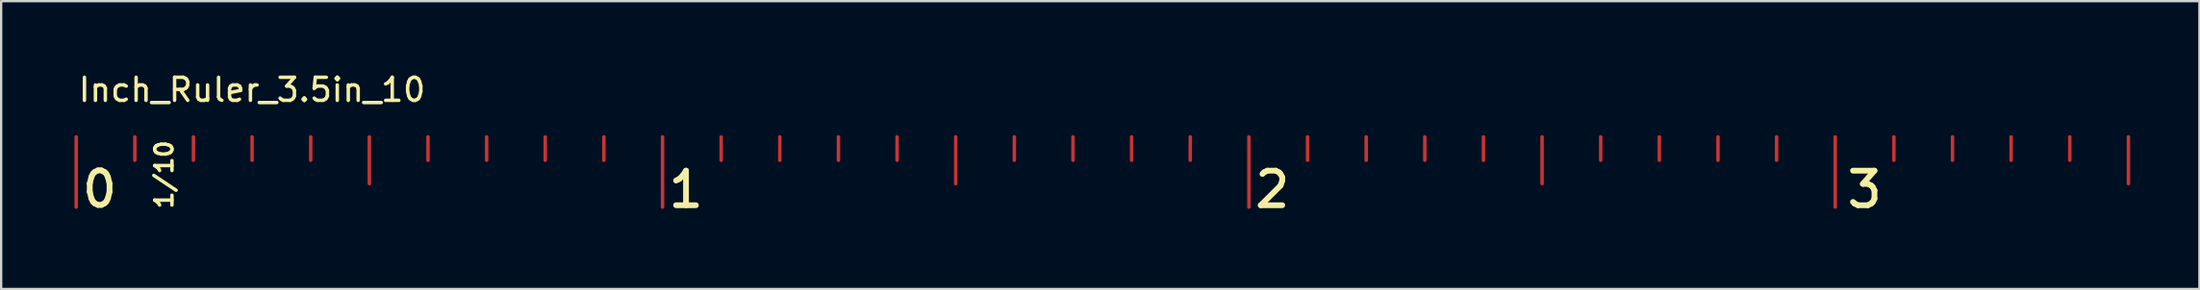
<source format=kicad_pcb>
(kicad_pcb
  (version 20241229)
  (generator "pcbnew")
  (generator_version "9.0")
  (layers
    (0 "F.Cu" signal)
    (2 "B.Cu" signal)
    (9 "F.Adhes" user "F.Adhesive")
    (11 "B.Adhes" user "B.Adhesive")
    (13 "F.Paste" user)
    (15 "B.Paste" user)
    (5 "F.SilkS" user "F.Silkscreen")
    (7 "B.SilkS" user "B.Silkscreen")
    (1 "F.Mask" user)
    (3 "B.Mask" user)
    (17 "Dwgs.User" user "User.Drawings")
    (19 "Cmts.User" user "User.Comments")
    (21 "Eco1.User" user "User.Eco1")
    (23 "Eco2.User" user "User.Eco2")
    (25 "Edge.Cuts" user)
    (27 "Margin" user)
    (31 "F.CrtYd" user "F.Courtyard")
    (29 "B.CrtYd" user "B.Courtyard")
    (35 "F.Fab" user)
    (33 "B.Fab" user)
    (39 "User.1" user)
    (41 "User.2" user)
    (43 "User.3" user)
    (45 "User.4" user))
  (footprint "Inch_Ruler_3.5in_10"
    (layer "F.Cu")
    (at 0.25 2.876)
    (property "Reference" "Inch_Ruler_3.5in_10" (at 7.62 -2.027 0) (layer "F.SilkS") (effects (font (size 1 1) (thickness 0.15))))
    (attr through_hole)
    (fp_line (start 0 0.013) (end 0 3.061) (stroke (width 0.15) (type solid)) (layer "F.Cu"))
    (fp_line (start 2.54 0.013) (end 2.54 1.029) (stroke (width 0.15) (type solid)) (layer "F.Cu"))
    (fp_line (start 5.08 0.013) (end 5.08 1.029) (stroke (width 0.15) (type solid)) (layer "F.Cu"))
    (fp_line (start 7.62 0.013) (end 7.62 1.029) (stroke (width 0.15) (type solid)) (layer "F.Cu"))
    (fp_line (start 10.16 0.013) (end 10.16 1.029) (stroke (width 0.15) (type solid)) (layer "F.Cu"))
    (fp_line (start 12.7 0.013) (end 12.7 2.045) (stroke (width 0.15) (type solid)) (layer "F.Cu"))
    (fp_line (start 15.24 0.013) (end 15.24 1.029) (stroke (width 0.15) (type solid)) (layer "F.Cu"))
    (fp_line (start 17.78 0.013) (end 17.78 1.029) (stroke (width 0.15) (type solid)) (layer "F.Cu"))
    (fp_line (start 20.32 0.013) (end 20.32 1.029) (stroke (width 0.15) (type solid)) (layer "F.Cu"))
    (fp_line (start 22.86 0.013) (end 22.86 1.029) (stroke (width 0.15) (type solid)) (layer "F.Cu"))
    (fp_line (start 25.4 0.013) (end 25.4 3.061) (stroke (width 0.15) (type solid)) (layer "F.Cu"))
    (fp_line (start 27.94 0.013) (end 27.94 1.029) (stroke (width 0.15) (type solid)) (layer "F.Cu"))
    (fp_line (start 30.48 0.013) (end 30.48 1.029) (stroke (width 0.15) (type solid)) (layer "F.Cu"))
    (fp_line (start 33.02 0.013) (end 33.02 1.029) (stroke (width 0.15) (type solid)) (layer "F.Cu"))
    (fp_line (start 35.56 0.013) (end 35.56 1.029) (stroke (width 0.15) (type solid)) (layer "F.Cu"))
    (fp_line (start 38.1 0.013) (end 38.1 2.045) (stroke (width 0.15) (type solid)) (layer "F.Cu"))
    (fp_line (start 40.64 0.013) (end 40.64 1.029) (stroke (width 0.15) (type solid)) (layer "F.Cu"))
    (fp_line (start 43.18 0.013) (end 43.18 1.029) (stroke (width 0.15) (type solid)) (layer "F.Cu"))
    (fp_line (start 45.72 0.013) (end 45.72 1.029) (stroke (width 0.15) (type solid)) (layer "F.Cu"))
    (fp_line (start 48.26 0.013) (end 48.26 1.029) (stroke (width 0.15) (type solid)) (layer "F.Cu"))
    (fp_line (start 50.8 0.013) (end 50.8 3.061) (stroke (width 0.15) (type solid)) (layer "F.Cu"))
    (fp_line (start 53.34 0.013) (end 53.34 1.029) (stroke (width 0.15) (type solid)) (layer "F.Cu"))
    (fp_line (start 55.88 0.013) (end 55.88 1.029) (stroke (width 0.15) (type solid)) (layer "F.Cu"))
    (fp_line (start 58.42 0.013) (end 58.42 1.029) (stroke (width 0.15) (type solid)) (layer "F.Cu"))
    (fp_line (start 60.96 0.013) (end 60.96 1.029) (stroke (width 0.15) (type solid)) (layer "F.Cu"))
    (fp_line (start 63.5 0.013) (end 63.5 2.045) (stroke (width 0.15) (type solid)) (layer "F.Cu"))
    (fp_line (start 66.04 0.013) (end 66.04 1.029) (stroke (width 0.15) (type solid)) (layer "F.Cu"))
    (fp_line (start 68.58 0.013) (end 68.58 1.029) (stroke (width 0.15) (type solid)) (layer "F.Cu"))
    (fp_line (start 71.12 0.013) (end 71.12 1.029) (stroke (width 0.15) (type solid)) (layer "F.Cu"))
    (fp_line (start 73.66 0.013) (end 73.66 1.029) (stroke (width 0.15) (type solid)) (layer "F.Cu"))
    (fp_line (start 76.2 0.013) (end 76.2 3.061) (stroke (width 0.15) (type solid)) (layer "F.Cu"))
    (fp_line (start 78.74 0.013) (end 78.74 1.029) (stroke (width 0.15) (type solid)) (layer "F.Cu"))
    (fp_line (start 81.28 0.013) (end 81.28 1.029) (stroke (width 0.15) (type solid)) (layer "F.Cu"))
    (fp_line (start 83.82 0.013) (end 83.82 1.029) (stroke (width 0.15) (type solid)) (layer "F.Cu"))
    (fp_line (start 86.36 0.013) (end 86.36 1.029) (stroke (width 0.15) (type solid)) (layer "F.Cu"))
    (fp_line (start 88.9 0.013) (end 88.9 2.045) (stroke (width 0.15) (type solid)) (layer "F.Cu"))
    (fp_line (start 0 0.013) (end 0 3.061) (stroke (width 0.15) (type solid)) (layer "F.Mask"))
    (fp_line (start 2.54 0.013) (end 2.54 1.029) (stroke (width 0.15) (type solid)) (layer "F.Mask"))
    (fp_line (start 2.54 1.029) (end 2.54 1.029) (stroke (width 0.15) (type solid)) (layer "F.Mask"))
    (fp_line (start 5.08 0.013) (end 5.08 1.029) (stroke (width 0.15) (type solid)) (layer "F.Mask"))
    (fp_line (start 5.08 1.029) (end 5.08 1.029) (stroke (width 0.15) (type solid)) (layer "F.Mask"))
    (fp_line (start 7.62 0.013) (end 7.62 1.029) (stroke (width 0.15) (type solid)) (layer "F.Mask"))
    (fp_line (start 7.62 1.029) (end 7.62 1.029) (stroke (width 0.15) (type solid)) (layer "F.Mask"))
    (fp_line (start 10.16 0.013) (end 10.16 1.029) (stroke (width 0.15) (type solid)) (layer "F.Mask"))
    (fp_line (start 10.16 1.029) (end 10.16 1.029) (stroke (width 0.15) (type solid)) (layer "F.Mask"))
    (fp_line (start 12.7 0.013) (end 12.7 2.045) (stroke (width 0.15) (type solid)) (layer "F.Mask"))
    (fp_line (start 12.7 2.045) (end 12.7 2.045) (stroke (width 0.15) (type solid)) (layer "F.Mask"))
    (fp_line (start 15.24 0.013) (end 15.24 1.029) (stroke (width 0.15) (type solid)) (layer "F.Mask"))
    (fp_line (start 15.24 1.029) (end 15.24 1.029) (stroke (width 0.15) (type solid)) (layer "F.Mask"))
    (fp_line (start 17.78 0.013) (end 17.78 1.029) (stroke (width 0.15) (type solid)) (layer "F.Mask"))
    (fp_line (start 17.78 1.029) (end 17.78 1.029) (stroke (width 0.15) (type solid)) (layer "F.Mask"))
    (fp_line (start 20.32 0.013) (end 20.32 1.029) (stroke (width 0.15) (type solid)) (layer "F.Mask"))
    (fp_line (start 20.32 1.029) (end 20.32 1.029) (stroke (width 0.15) (type solid)) (layer "F.Mask"))
    (fp_line (start 22.86 0.013) (end 22.86 1.029) (stroke (width 0.15) (type solid)) (layer "F.Mask"))
    (fp_line (start 22.86 1.029) (end 22.86 1.029) (stroke (width 0.15) (type solid)) (layer "F.Mask"))
    (fp_line (start 25.4 0.013) (end 25.4 2.807) (stroke (width 0.15) (type solid)) (layer "F.Mask"))
    (fp_line (start 25.4 2.807) (end 25.4 3.061) (stroke (width 0.15) (type solid)) (layer "F.Mask"))
    (fp_line (start 25.4 3.061) (end 25.4 3.061) (stroke (width 0.15) (type solid)) (layer "F.Mask"))
    (fp_line (start 27.94 0.013) (end 27.94 1.029) (stroke (width 0.15) (type solid)) (layer "F.Mask"))
    (fp_line (start 27.94 1.029) (end 27.94 1.029) (stroke (width 0.15) (type solid)) (layer "F.Mask"))
    (fp_line (start 30.48 0.013) (end 30.48 1.029) (stroke (width 0.15) (type solid)) (layer "F.Mask"))
    (fp_line (start 30.48 1.029) (end 30.48 1.029) (stroke (width 0.15) (type solid)) (layer "F.Mask"))
    (fp_line (start 33.02 0.013) (end 33.02 1.029) (stroke (width 0.15) (type solid)) (layer "F.Mask"))
    (fp_line (start 33.02 1.029) (end 33.02 1.029) (stroke (width 0.15) (type solid)) (layer "F.Mask"))
    (fp_line (start 35.56 0.013) (end 35.56 1.029) (stroke (width 0.15) (type solid)) (layer "F.Mask"))
    (fp_line (start 35.56 1.029) (end 35.56 1.029) (stroke (width 0.15) (type solid)) (layer "F.Mask"))
    (fp_line (start 38.1 0.013) (end 38.1 2.045) (stroke (width 0.15) (type solid)) (layer "F.Mask"))
    (fp_line (start 38.1 2.045) (end 38.1 2.045) (stroke (width 0.15) (type solid)) (layer "F.Mask"))
    (fp_line (start 40.64 0.013) (end 40.64 1.029) (stroke (width 0.15) (type solid)) (layer "F.Mask"))
    (fp_line (start 40.64 1.029) (end 40.64 1.029) (stroke (width 0.15) (type solid)) (layer "F.Mask"))
    (fp_line (start 43.18 0.013) (end 43.18 1.029) (stroke (width 0.15) (type solid)) (layer "F.Mask"))
    (fp_line (start 43.18 1.029) (end 43.18 1.029) (stroke (width 0.15) (type solid)) (layer "F.Mask"))
    (fp_line (start 45.72 0.013) (end 45.72 1.029) (stroke (width 0.15) (type solid)) (layer "F.Mask"))
    (fp_line (start 45.72 1.029) (end 45.72 1.029) (stroke (width 0.15) (type solid)) (layer "F.Mask"))
    (fp_line (start 48.26 0.013) (end 48.26 1.029) (stroke (width 0.15) (type solid)) (layer "F.Mask"))
    (fp_line (start 48.26 1.029) (end 48.26 1.029) (stroke (width 0.15) (type solid)) (layer "F.Mask"))
    (fp_line (start 50.8 0.013) (end 50.8 2.807) (stroke (width 0.15) (type solid)) (layer "F.Mask"))
    (fp_line (start 50.8 2.807) (end 50.8 3.061) (stroke (width 0.15) (type solid)) (layer "F.Mask"))
    (fp_line (start 50.8 3.061) (end 50.8 3.061) (stroke (width 0.15) (type solid)) (layer "F.Mask"))
    (fp_line (start 53.34 0.013) (end 53.34 1.029) (stroke (width 0.15) (type solid)) (layer "F.Mask"))
    (fp_line (start 53.34 1.029) (end 53.34 1.029) (stroke (width 0.15) (type solid)) (layer "F.Mask"))
    (fp_line (start 55.88 0.013) (end 55.88 1.029) (stroke (width 0.15) (type solid)) (layer "F.Mask"))
    (fp_line (start 55.88 1.029) (end 55.88 1.029) (stroke (width 0.15) (type solid)) (layer "F.Mask"))
    (fp_line (start 58.42 0.013) (end 58.42 1.029) (stroke (width 0.15) (type solid)) (layer "F.Mask"))
    (fp_line (start 58.42 1.029) (end 58.42 1.029) (stroke (width 0.15) (type solid)) (layer "F.Mask"))
    (fp_line (start 60.96 0.013) (end 60.96 1.029) (stroke (width 0.15) (type solid)) (layer "F.Mask"))
    (fp_line (start 60.96 1.029) (end 60.96 1.029) (stroke (width 0.15) (type solid)) (layer "F.Mask"))
    (fp_line (start 63.5 0.013) (end 63.5 2.045) (stroke (width 0.15) (type solid)) (layer "F.Mask"))
    (fp_line (start 63.5 2.045) (end 63.5 2.045) (stroke (width 0.15) (type solid)) (layer "F.Mask"))
    (fp_line (start 66.04 0.013) (end 66.04 1.029) (stroke (width 0.15) (type solid)) (layer "F.Mask"))
    (fp_line (start 66.04 1.029) (end 66.04 1.029) (stroke (width 0.15) (type solid)) (layer "F.Mask"))
    (fp_line (start 68.58 0.013) (end 68.58 1.029) (stroke (width 0.15) (type solid)) (layer "F.Mask"))
    (fp_line (start 68.58 1.029) (end 68.58 1.029) (stroke (width 0.15) (type solid)) (layer "F.Mask"))
    (fp_line (start 71.12 0.013) (end 71.12 1.029) (stroke (width 0.15) (type solid)) (layer "F.Mask"))
    (fp_line (start 71.12 1.029) (end 71.12 1.029) (stroke (width 0.15) (type solid)) (layer "F.Mask"))
    (fp_line (start 73.66 0.013) (end 73.66 1.029) (stroke (width 0.15) (type solid)) (layer "F.Mask"))
    (fp_line (start 73.66 1.029) (end 73.66 1.029) (stroke (width 0.15) (type solid)) (layer "F.Mask"))
    (fp_line (start 76.2 0.013) (end 76.2 2.807) (stroke (width 0.15) (type solid)) (layer "F.Mask"))
    (fp_line (start 76.2 2.807) (end 76.2 3.061) (stroke (width 0.15) (type solid)) (layer "F.Mask"))
    (fp_line (start 76.2 3.061) (end 76.2 3.061) (stroke (width 0.15) (type solid)) (layer "F.Mask"))
    (fp_line (start 78.74 0.013) (end 78.74 1.029) (stroke (width 0.15) (type solid)) (layer "F.Mask"))
    (fp_line (start 78.74 1.029) (end 78.74 1.029) (stroke (width 0.15) (type solid)) (layer "F.Mask"))
    (fp_line (start 81.28 0.013) (end 81.28 1.029) (stroke (width 0.15) (type solid)) (layer "F.Mask"))
    (fp_line (start 81.28 1.029) (end 81.28 1.029) (stroke (width 0.15) (type solid)) (layer "F.Mask"))
    (fp_line (start 83.82 0.013) (end 83.82 1.029) (stroke (width 0.15) (type solid)) (layer "F.Mask"))
    (fp_line (start 83.82 1.029) (end 83.82 1.029) (stroke (width 0.15) (type solid)) (layer "F.Mask"))
    (fp_line (start 86.36 0.013) (end 86.36 1.029) (stroke (width 0.15) (type solid)) (layer "F.Mask"))
    (fp_line (start 86.36 1.029) (end 86.36 1.029) (stroke (width 0.15) (type solid)) (layer "F.Mask"))
    (fp_line (start 88.9 0.013) (end 88.9 2.045) (stroke (width 0.15) (type solid)) (layer "F.Mask"))
    (fp_line (start 88.9 2.045) (end 88.9 2.045) (stroke (width 0.15) (type solid)) (layer "F.Mask"))
    (fp_text user "2" (at 51.816 2.299 0) (layer "F.SilkS") (effects (font (size 1.5 1.5) (thickness 0.25))))
    (fp_text user "1/10" (at 3.81 1.651 90) (layer "F.SilkS") (effects (font (size 0.75 0.75) (thickness 0.15))))
    (fp_text user "0" (at 1.016 2.286 0) (layer "F.SilkS") (effects (font (size 1.5 1.5) (thickness 0.25))))
    (fp_text user "1" (at 26.416 2.299 0) (layer "F.SilkS") (effects (font (size 1.5 1.5) (thickness 0.25))))
    (fp_text user "3" (at 77.47 2.299 0) (layer "F.SilkS") (effects (font (size 1.5 1.5) (thickness 0.25)))))
  (gr_rect
    (start -3 -3)
    (end 92.225 9.491)
    (stroke (width 0.1) (type default))
    (fill no)
    (layer "Edge.Cuts")))
</source>
